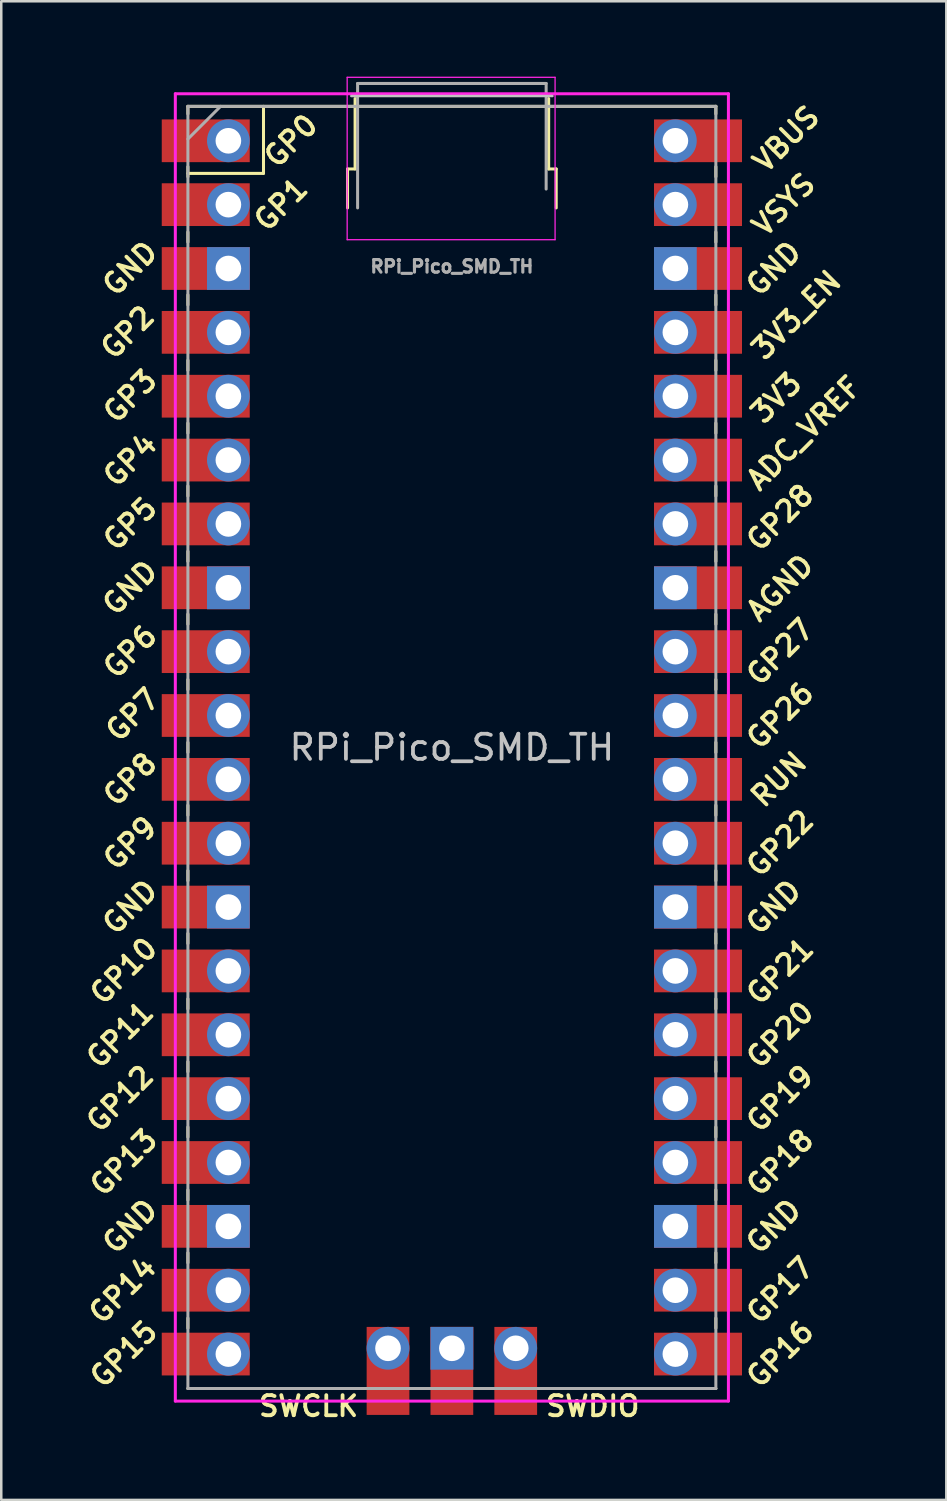
<source format=kicad_pcb>
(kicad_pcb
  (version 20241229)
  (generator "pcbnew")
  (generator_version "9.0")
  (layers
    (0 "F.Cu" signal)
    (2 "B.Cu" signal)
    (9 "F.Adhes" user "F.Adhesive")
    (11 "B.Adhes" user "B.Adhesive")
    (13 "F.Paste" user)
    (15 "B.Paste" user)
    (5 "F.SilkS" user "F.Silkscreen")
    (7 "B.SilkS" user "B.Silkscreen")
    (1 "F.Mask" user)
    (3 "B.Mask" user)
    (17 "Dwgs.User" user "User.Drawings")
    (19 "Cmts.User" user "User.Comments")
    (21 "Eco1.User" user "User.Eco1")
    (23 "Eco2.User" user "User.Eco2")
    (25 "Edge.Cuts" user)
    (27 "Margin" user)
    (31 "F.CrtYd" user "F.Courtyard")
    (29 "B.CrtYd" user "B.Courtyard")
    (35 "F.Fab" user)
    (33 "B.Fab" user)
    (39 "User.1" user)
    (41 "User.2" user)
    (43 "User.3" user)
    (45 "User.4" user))
  (footprint "RPi_Pico_SMD_TH"
    (layer "F.Cu")
    (at 14.924 26.68)
    (property "Reference" "RPi_Pico_SMD_TH" (at 0 0 0) (layer "Dwgs.User") (effects (font (size 1 1) (thickness 0.15))))
    (attr through_hole)
    (fp_line (start -10.5 -25.5) (end -10.5 -25.2) (stroke (width 0.12) (type solid)) (layer "F.SilkS"))
    (fp_line (start -10.5 -25.5) (end 10.5 -25.5) (stroke (width 0.12) (type solid)) (layer "F.SilkS"))
    (fp_line (start -10.5 -23.1) (end -10.5 -22.7) (stroke (width 0.12) (type solid)) (layer "F.SilkS"))
    (fp_line (start -10.5 -22.833) (end -7.493 -22.833) (stroke (width 0.12) (type solid)) (layer "F.SilkS"))
    (fp_line (start -10.5 -20.5) (end -10.5 -20.1) (stroke (width 0.12) (type solid)) (layer "F.SilkS"))
    (fp_line (start -10.5 -18) (end -10.5 -17.6) (stroke (width 0.12) (type solid)) (layer "F.SilkS"))
    (fp_line (start -10.5 -15.4) (end -10.5 -15) (stroke (width 0.12) (type solid)) (layer "F.SilkS"))
    (fp_line (start -10.5 -12.9) (end -10.5 -12.5) (stroke (width 0.12) (type solid)) (layer "F.SilkS"))
    (fp_line (start -10.5 -10.4) (end -10.5 -10) (stroke (width 0.12) (type solid)) (layer "F.SilkS"))
    (fp_line (start -10.5 -7.8) (end -10.5 -7.4) (stroke (width 0.12) (type solid)) (layer "F.SilkS"))
    (fp_line (start -10.5 -5.3) (end -10.5 -4.9) (stroke (width 0.12) (type solid)) (layer "F.SilkS"))
    (fp_line (start -10.5 -2.7) (end -10.5 -2.3) (stroke (width 0.12) (type solid)) (layer "F.SilkS"))
    (fp_line (start -10.5 -0.2) (end -10.5 0.2) (stroke (width 0.12) (type solid)) (layer "F.SilkS"))
    (fp_line (start -10.5 2.3) (end -10.5 2.7) (stroke (width 0.12) (type solid)) (layer "F.SilkS"))
    (fp_line (start -10.5 4.9) (end -10.5 5.3) (stroke (width 0.12) (type solid)) (layer "F.SilkS"))
    (fp_line (start -10.5 7.4) (end -10.5 7.8) (stroke (width 0.12) (type solid)) (layer "F.SilkS"))
    (fp_line (start -10.5 10) (end -10.5 10.4) (stroke (width 0.12) (type solid)) (layer "F.SilkS"))
    (fp_line (start -10.5 12.5) (end -10.5 12.9) (stroke (width 0.12) (type solid)) (layer "F.SilkS"))
    (fp_line (start -10.5 15.1) (end -10.5 15.5) (stroke (width 0.12) (type solid)) (layer "F.SilkS"))
    (fp_line (start -10.5 17.6) (end -10.5 18) (stroke (width 0.12) (type solid)) (layer "F.SilkS"))
    (fp_line (start -10.5 20.1) (end -10.5 20.5) (stroke (width 0.12) (type solid)) (layer "F.SilkS"))
    (fp_line (start -10.5 22.7) (end -10.5 23.1) (stroke (width 0.12) (type solid)) (layer "F.SilkS"))
    (fp_line (start -7.493 -22.833) (end -7.493 -25.5) (stroke (width 0.12) (type solid)) (layer "F.SilkS"))
    (fp_line (start -4.15 -23.01) (end -4.15 -21.46) (stroke (width 0.12) (type solid)) (layer "F.SilkS"))
    (fp_line (start -3.85 -25.81) (end -3.85 -23.01) (stroke (width 0.12) (type solid)) (layer "F.SilkS"))
    (fp_line (start -3.85 -23.01) (end -4.15 -23.01) (stroke (width 0.12) (type solid)) (layer "F.SilkS"))
    (fp_line (start -3.7 25.5) (end -10.5 25.5) (stroke (width 0.12) (type solid)) (layer "F.SilkS"))
    (fp_line (start -1.5 25.5) (end -1.1 25.5) (stroke (width 0.12) (type solid)) (layer "F.SilkS"))
    (fp_line (start 1.1 25.5) (end 1.5 25.5) (stroke (width 0.12) (type solid)) (layer "F.SilkS"))
    (fp_line (start 3.85 -25.81) (end 3.85 -23.01) (stroke (width 0.12) (type solid)) (layer "F.SilkS"))
    (fp_line (start 4.15 -23.01) (end 3.85 -23.01) (stroke (width 0.12) (type solid)) (layer "F.SilkS"))
    (fp_line (start 4.15 -23.01) (end 4.15 -21.46) (stroke (width 0.12) (type solid)) (layer "F.SilkS"))
    (fp_line (start 10.5 -25.5) (end 10.5 -25.2) (stroke (width 0.12) (type solid)) (layer "F.SilkS"))
    (fp_line (start 10.5 -23.1) (end 10.5 -22.7) (stroke (width 0.12) (type solid)) (layer "F.SilkS"))
    (fp_line (start 10.5 -20.5) (end 10.5 -20.1) (stroke (width 0.12) (type solid)) (layer "F.SilkS"))
    (fp_line (start 10.5 -18) (end 10.5 -17.6) (stroke (width 0.12) (type solid)) (layer "F.SilkS"))
    (fp_line (start 10.5 -15.4) (end 10.5 -15) (stroke (width 0.12) (type solid)) (layer "F.SilkS"))
    (fp_line (start 10.5 -12.9) (end 10.5 -12.5) (stroke (width 0.12) (type solid)) (layer "F.SilkS"))
    (fp_line (start 10.5 -10.4) (end 10.5 -10) (stroke (width 0.12) (type solid)) (layer "F.SilkS"))
    (fp_line (start 10.5 -7.8) (end 10.5 -7.4) (stroke (width 0.12) (type solid)) (layer "F.SilkS"))
    (fp_line (start 10.5 -5.3) (end 10.5 -4.9) (stroke (width 0.12) (type solid)) (layer "F.SilkS"))
    (fp_line (start 10.5 -2.7) (end 10.5 -2.3) (stroke (width 0.12) (type solid)) (layer "F.SilkS"))
    (fp_line (start 10.5 -0.2) (end 10.5 0.2) (stroke (width 0.12) (type solid)) (layer "F.SilkS"))
    (fp_line (start 10.5 2.3) (end 10.5 2.7) (stroke (width 0.12) (type solid)) (layer "F.SilkS"))
    (fp_line (start 10.5 4.9) (end 10.5 5.3) (stroke (width 0.12) (type solid)) (layer "F.SilkS"))
    (fp_line (start 10.5 7.4) (end 10.5 7.8) (stroke (width 0.12) (type solid)) (layer "F.SilkS"))
    (fp_line (start 10.5 10) (end 10.5 10.4) (stroke (width 0.12) (type solid)) (layer "F.SilkS"))
    (fp_line (start 10.5 12.5) (end 10.5 12.9) (stroke (width 0.12) (type solid)) (layer "F.SilkS"))
    (fp_line (start 10.5 15.1) (end 10.5 15.5) (stroke (width 0.12) (type solid)) (layer "F.SilkS"))
    (fp_line (start 10.5 17.6) (end 10.5 18) (stroke (width 0.12) (type solid)) (layer "F.SilkS"))
    (fp_line (start 10.5 20.1) (end 10.5 20.5) (stroke (width 0.12) (type solid)) (layer "F.SilkS"))
    (fp_line (start 10.5 22.7) (end 10.5 23.1) (stroke (width 0.12) (type solid)) (layer "F.SilkS"))
    (fp_line (start 10.5 25.5) (end 3.7 25.5) (stroke (width 0.12) (type solid)) (layer "F.SilkS"))
    (fp_line (start 4 -25.91) (end -4 -25.91) (stroke (width 0.1) (type solid)) (layer "Dwgs.User"))
    (fp_line (start -11 -26) (end 11 -26) (stroke (width 0.12) (type solid)) (layer "F.CrtYd"))
    (fp_line (start -11 26) (end -11 -26) (stroke (width 0.12) (type solid)) (layer "F.CrtYd"))
    (fp_line (start -4.165 -26.655) (end -4.165 -20.195) (stroke (width 0.05) (type solid)) (layer "F.CrtYd"))
    (fp_line (start -4.165 -26.655) (end 4.105 -26.655) (stroke (width 0.05) (type solid)) (layer "F.CrtYd"))
    (fp_line (start 4.105 -20.195) (end -4.165 -20.195) (stroke (width 0.05) (type solid)) (layer "F.CrtYd"))
    (fp_line (start 4.105 -20.195) (end 4.105 -26.655) (stroke (width 0.05) (type solid)) (layer "F.CrtYd"))
    (fp_line (start 11 -26) (end 11 26) (stroke (width 0.12) (type solid)) (layer "F.CrtYd"))
    (fp_line (start 11 26) (end -11 26) (stroke (width 0.12) (type solid)) (layer "F.CrtYd"))
    (fp_line (start -10.5 -25.5) (end 10.5 -25.5) (stroke (width 0.12) (type solid)) (layer "F.Fab"))
    (fp_line (start -10.5 -24.2) (end -9.2 -25.5) (stroke (width 0.12) (type solid)) (layer "F.Fab"))
    (fp_line (start -10.5 25.5) (end -10.5 -25.5) (stroke (width 0.12) (type solid)) (layer "F.Fab"))
    (fp_line (start -3.75 -26.41) (end 3.75 -26.41) (stroke (width 0.12) (type solid)) (layer "F.Fab"))
    (fp_line (start -3.75 -21.46) (end -3.75 -26.41) (stroke (width 0.12) (type solid)) (layer "F.Fab"))
    (fp_line (start 3.75 -26.41) (end 3.75 -22.21) (stroke (width 0.12) (type solid)) (layer "F.Fab"))
    (fp_line (start 10.5 -25.5) (end 10.5 25.5) (stroke (width 0.12) (type solid)) (layer "F.Fab"))
    (fp_line (start 10.5 25.5) (end -10.5 25.5) (stroke (width 0.12) (type solid)) (layer "F.Fab"))
    (fp_text user "GP21" (at 13.054 8.9 45) (layer "F.SilkS") (effects (font (size 0.8 0.8) (thickness 0.15))))
    (fp_text user "GP17" (at 13.054 21.59 45) (layer "F.SilkS") (effects (font (size 0.8 0.8) (thickness 0.15))))
    (fp_text user "GP27" (at 13.054 -3.8 45) (layer "F.SilkS") (effects (font (size 0.8 0.8) (thickness 0.15))))
    (fp_text user "AGND" (at 13.054 -6.35 45) (layer "F.SilkS") (effects (font (size 0.8 0.8) (thickness 0.15))))
    (fp_text user "GP4" (at -12.8 -11.43 45) (layer "F.SilkS") (effects (font (size 0.8 0.8) (thickness 0.15))))
    (fp_text user "GP11" (at -13.2 11.43 45) (layer "F.SilkS") (effects (font (size 0.8 0.8) (thickness 0.15))))
    (fp_text user "GND" (at -12.8 6.35 45) (layer "F.SilkS") (effects (font (size 0.8 0.8) (thickness 0.15))))
    (fp_text user "GND" (at -12.8 -19.05 45) (layer "F.SilkS") (effects (font (size 0.8 0.8) (thickness 0.15))))
    (fp_text user "GND" (at -12.8 -6.35 45) (layer "F.SilkS") (effects (font (size 0.8 0.8) (thickness 0.15))))
    (fp_text user "VBUS" (at 13.3 -24.2 45) (layer "F.SilkS") (effects (font (size 0.8 0.8) (thickness 0.15))))
    (fp_text user "GP12" (at -13.2 13.97 45) (layer "F.SilkS") (effects (font (size 0.8 0.8) (thickness 0.15))))
    (fp_text user "GP0" (at -6.4 -24.13 45) (layer "F.SilkS") (effects (font (size 0.8 0.8) (thickness 0.15))))
    (fp_text user "GP28" (at 13.054 -9.144 45) (layer "F.SilkS") (effects (font (size 0.8 0.8) (thickness 0.15))))
    (fp_text user "GND" (at 12.8 19.05 45) (layer "F.SilkS") (effects (font (size 0.8 0.8) (thickness 0.15))))
    (fp_text user "GP1" (at -6.8 -21.6 45) (layer "F.SilkS") (effects (font (size 0.8 0.8) (thickness 0.15))))
    (fp_text user "RUN" (at 13 1.27 45) (layer "F.SilkS") (effects (font (size 0.8 0.8) (thickness 0.15))))
    (fp_text user "GP15" (at -13.054 24.13 45) (layer "F.SilkS") (effects (font (size 0.8 0.8) (thickness 0.15))))
    (fp_text user "SWCLK" (at -5.7 26.2 0) (layer "F.SilkS") (effects (font (size 0.8 0.8) (thickness 0.15))))
    (fp_text user "GND" (at -12.8 19.05 45) (layer "F.SilkS") (effects (font (size 0.8 0.8) (thickness 0.15))))
    (fp_text user "GP7" (at -12.7 -1.3 45) (layer "F.SilkS") (effects (font (size 0.8 0.8) (thickness 0.15))))
    (fp_text user "3V3" (at 12.9 -13.9 45) (layer "F.SilkS") (effects (font (size 0.8 0.8) (thickness 0.15))))
    (fp_text user "GP16" (at 13.054 24.13 45) (layer "F.SilkS") (effects (font (size 0.8 0.8) (thickness 0.15))))
    (fp_text user "GP20" (at 13.054 11.43 45) (layer "F.SilkS") (effects (font (size 0.8 0.8) (thickness 0.15))))
    (fp_text user "GP2" (at -12.9 -16.51 45) (layer "F.SilkS") (effects (font (size 0.8 0.8) (thickness 0.15))))
    (fp_text user "GP3" (at -12.8 -13.97 45) (layer "F.SilkS") (effects (font (size 0.8 0.8) (thickness 0.15))))
    (fp_text user "GP26" (at 13.054 -1.27 45) (layer "F.SilkS") (effects (font (size 0.8 0.8) (thickness 0.15))))
    (fp_text user "GND" (at 12.8 -19.05 45) (layer "F.SilkS") (effects (font (size 0.8 0.8) (thickness 0.15))))
    (fp_text user "GP10" (at -13.054 8.89 45) (layer "F.SilkS") (effects (font (size 0.8 0.8) (thickness 0.15))))
    (fp_text user "GP6" (at -12.8 -3.81 45) (layer "F.SilkS") (effects (font (size 0.8 0.8) (thickness 0.15))))
    (fp_text user "GP5" (at -12.8 -8.89 45) (layer "F.SilkS") (effects (font (size 0.8 0.8) (thickness 0.15))))
    (fp_text user "VSYS" (at 13.2 -21.59 45) (layer "F.SilkS") (effects (font (size 0.8 0.8) (thickness 0.15))))
    (fp_text user "GP8" (at -12.8 1.27 45) (layer "F.SilkS") (effects (font (size 0.8 0.8) (thickness 0.15))))
    (fp_text user "GP22" (at 13.054 3.81 45) (layer "F.SilkS") (effects (font (size 0.8 0.8) (thickness 0.15))))
    (fp_text user "GP18" (at 13.054 16.51 45) (layer "F.SilkS") (effects (font (size 0.8 0.8) (thickness 0.15))))
    (fp_text user "3V3_EN" (at 13.7 -17.2 45) (layer "F.SilkS") (effects (font (size 0.8 0.8) (thickness 0.15))))
    (fp_text user "GP19" (at 13.054 13.97 45) (layer "F.SilkS") (effects (font (size 0.8 0.8) (thickness 0.15))))
    (fp_text user "GP9" (at -12.8 3.81 45) (layer "F.SilkS") (effects (font (size 0.8 0.8) (thickness 0.15))))
    (fp_text user "SWDIO" (at 5.6 26.2 0) (layer "F.SilkS") (effects (font (size 0.8 0.8) (thickness 0.15))))
    (fp_text user "GND" (at 12.8 6.35 45) (layer "F.SilkS") (effects (font (size 0.8 0.8) (thickness 0.15))))
    (fp_text user "GP14" (at -13.1 21.59 45) (layer "F.SilkS") (effects (font (size 0.8 0.8) (thickness 0.15))))
    (fp_text user "ADC_VREF" (at 14 -12.5 45) (layer "F.SilkS") (effects (font (size 0.8 0.8) (thickness 0.15))))
    (fp_text user "GP13" (at -13.054 16.51 45) (layer "F.SilkS") (effects (font (size 0.8 0.8) (thickness 0.15))))
    (fp_text user "${REFERENCE}" (at 0 -19.13 180) (layer "F.Fab") (effects (font (size 0.5 0.5) (thickness 0.125))))
    (pad "1" thru_hole oval (at -8.89 -24.13) (size 1.7 1.7) (drill 1.02) (layers "*.Cu" "*.Mask"))
    (pad "1" smd rect (at -8.89 -24.13) (size 3.5 1.7) (drill (offset -0.9 0)) (layers "F.Cu" "F.Mask"))
    (pad "2" thru_hole oval (at -8.89 -21.59) (size 1.7 1.7) (drill 1.02) (layers "*.Cu" "*.Mask"))
    (pad "2" smd rect (at -8.89 -21.59) (size 3.5 1.7) (drill (offset -0.9 0)) (layers "F.Cu" "F.Mask"))
    (pad "3" thru_hole rect (at -8.89 -19.05) (size 1.7 1.7) (drill 1.02) (layers "*.Cu" "*.Mask"))
    (pad "3" smd rect (at -8.89 -19.05) (size 3.5 1.7) (drill (offset -0.9 0)) (layers "F.Cu" "F.Mask"))
    (pad "4" thru_hole oval (at -8.89 -16.51) (size 1.7 1.7) (drill 1.02) (layers "*.Cu" "*.Mask"))
    (pad "4" smd rect (at -8.89 -16.51) (size 3.5 1.7) (drill (offset -0.9 0)) (layers "F.Cu" "F.Mask"))
    (pad "5" thru_hole oval (at -8.89 -13.97) (size 1.7 1.7) (drill 1.02) (layers "*.Cu" "*.Mask"))
    (pad "5" smd rect (at -8.89 -13.97) (size 3.5 1.7) (drill (offset -0.9 0)) (layers "F.Cu" "F.Mask"))
    (pad "6" thru_hole oval (at -8.89 -11.43) (size 1.7 1.7) (drill 1.02) (layers "*.Cu" "*.Mask"))
    (pad "6" smd rect (at -8.89 -11.43) (size 3.5 1.7) (drill (offset -0.9 0)) (layers "F.Cu" "F.Mask"))
    (pad "7" thru_hole oval (at -8.89 -8.89) (size 1.7 1.7) (drill 1.02) (layers "*.Cu" "*.Mask"))
    (pad "7" smd rect (at -8.89 -8.89) (size 3.5 1.7) (drill (offset -0.9 0)) (layers "F.Cu" "F.Mask"))
    (pad "8" thru_hole rect (at -8.89 -6.35) (size 1.7 1.7) (drill 1.02) (layers "*.Cu" "*.Mask"))
    (pad "8" smd rect (at -8.89 -6.35) (size 3.5 1.7) (drill (offset -0.9 0)) (layers "F.Cu" "F.Mask"))
    (pad "9" thru_hole oval (at -8.89 -3.81) (size 1.7 1.7) (drill 1.02) (layers "*.Cu" "*.Mask"))
    (pad "9" smd rect (at -8.89 -3.81) (size 3.5 1.7) (drill (offset -0.9 0)) (layers "F.Cu" "F.Mask"))
    (pad "10" thru_hole oval (at -8.89 -1.27) (size 1.7 1.7) (drill 1.02) (layers "*.Cu" "*.Mask"))
    (pad "10" smd rect (at -8.89 -1.27) (size 3.5 1.7) (drill (offset -0.9 0)) (layers "F.Cu" "F.Mask"))
    (pad "11" thru_hole oval (at -8.89 1.27) (size 1.7 1.7) (drill 1.02) (layers "*.Cu" "*.Mask"))
    (pad "11" smd rect (at -8.89 1.27) (size 3.5 1.7) (drill (offset -0.9 0)) (layers "F.Cu" "F.Mask"))
    (pad "12" thru_hole oval (at -8.89 3.81) (size 1.7 1.7) (drill 1.02) (layers "*.Cu" "*.Mask"))
    (pad "12" smd rect (at -8.89 3.81) (size 3.5 1.7) (drill (offset -0.9 0)) (layers "F.Cu" "F.Mask"))
    (pad "13" thru_hole rect (at -8.89 6.35) (size 1.7 1.7) (drill 1.02) (layers "*.Cu" "*.Mask"))
    (pad "13" smd rect (at -8.89 6.35) (size 3.5 1.7) (drill (offset -0.9 0)) (layers "F.Cu" "F.Mask"))
    (pad "14" thru_hole oval (at -8.89 8.89) (size 1.7 1.7) (drill 1.02) (layers "*.Cu" "*.Mask"))
    (pad "14" smd rect (at -8.89 8.89) (size 3.5 1.7) (drill (offset -0.9 0)) (layers "F.Cu" "F.Mask"))
    (pad "15" thru_hole oval (at -8.89 11.43) (size 1.7 1.7) (drill 1.02) (layers "*.Cu" "*.Mask"))
    (pad "15" smd rect (at -8.89 11.43) (size 3.5 1.7) (drill (offset -0.9 0)) (layers "F.Cu" "F.Mask"))
    (pad "16" thru_hole oval (at -8.89 13.97) (size 1.7 1.7) (drill 1.02) (layers "*.Cu" "*.Mask"))
    (pad "16" smd rect (at -8.89 13.97) (size 3.5 1.7) (drill (offset -0.9 0)) (layers "F.Cu" "F.Mask"))
    (pad "17" thru_hole oval (at -8.89 16.51) (size 1.7 1.7) (drill 1.02) (layers "*.Cu" "*.Mask"))
    (pad "17" smd rect (at -8.89 16.51) (size 3.5 1.7) (drill (offset -0.9 0)) (layers "F.Cu" "F.Mask"))
    (pad "18" thru_hole rect (at -8.89 19.05) (size 1.7 1.7) (drill 1.02) (layers "*.Cu" "*.Mask"))
    (pad "18" smd rect (at -8.89 19.05) (size 3.5 1.7) (drill (offset -0.9 0)) (layers "F.Cu" "F.Mask"))
    (pad "19" thru_hole oval (at -8.89 21.59) (size 1.7 1.7) (drill 1.02) (layers "*.Cu" "*.Mask"))
    (pad "19" smd rect (at -8.89 21.59) (size 3.5 1.7) (drill (offset -0.9 0)) (layers "F.Cu" "F.Mask"))
    (pad "20" thru_hole oval (at -8.89 24.13) (size 1.7 1.7) (drill 1.02) (layers "*.Cu" "*.Mask"))
    (pad "20" smd rect (at -8.89 24.13) (size 3.5 1.7) (drill (offset -0.9 0)) (layers "F.Cu" "F.Mask"))
    (pad "21" thru_hole oval (at 8.89 24.13) (size 1.7 1.7) (drill 1.02) (layers "*.Cu" "*.Mask"))
    (pad "21" smd rect (at 8.89 24.13) (size 3.5 1.7) (drill (offset 0.9 0)) (layers "F.Cu" "F.Mask"))
    (pad "22" thru_hole oval (at 8.89 21.59) (size 1.7 1.7) (drill 1.02) (layers "*.Cu" "*.Mask"))
    (pad "22" smd rect (at 8.89 21.59) (size 3.5 1.7) (drill (offset 0.9 0)) (layers "F.Cu" "F.Mask"))
    (pad "23" thru_hole rect (at 8.89 19.05) (size 1.7 1.7) (drill 1.02) (layers "*.Cu" "*.Mask"))
    (pad "23" smd rect (at 8.89 19.05) (size 3.5 1.7) (drill (offset 0.9 0)) (layers "F.Cu" "F.Mask"))
    (pad "24" thru_hole oval (at 8.89 16.51) (size 1.7 1.7) (drill 1.02) (layers "*.Cu" "*.Mask"))
    (pad "24" smd rect (at 8.89 16.51) (size 3.5 1.7) (drill (offset 0.9 0)) (layers "F.Cu" "F.Mask"))
    (pad "25" thru_hole oval (at 8.89 13.97) (size 1.7 1.7) (drill 1.02) (layers "*.Cu" "*.Mask"))
    (pad "25" smd rect (at 8.89 13.97) (size 3.5 1.7) (drill (offset 0.9 0)) (layers "F.Cu" "F.Mask"))
    (pad "26" thru_hole oval (at 8.89 11.43) (size 1.7 1.7) (drill 1.02) (layers "*.Cu" "*.Mask"))
    (pad "26" smd rect (at 8.89 11.43) (size 3.5 1.7) (drill (offset 0.9 0)) (layers "F.Cu" "F.Mask"))
    (pad "27" thru_hole oval (at 8.89 8.89) (size 1.7 1.7) (drill 1.02) (layers "*.Cu" "*.Mask"))
    (pad "27" smd rect (at 8.89 8.89) (size 3.5 1.7) (drill (offset 0.9 0)) (layers "F.Cu" "F.Mask"))
    (pad "28" thru_hole rect (at 8.89 6.35) (size 1.7 1.7) (drill 1.02) (layers "*.Cu" "*.Mask"))
    (pad "28" smd rect (at 8.89 6.35) (size 3.5 1.7) (drill (offset 0.9 0)) (layers "F.Cu" "F.Mask"))
    (pad "29" thru_hole oval (at 8.89 3.81) (size 1.7 1.7) (drill 1.02) (layers "*.Cu" "*.Mask"))
    (pad "29" smd rect (at 8.89 3.81) (size 3.5 1.7) (drill (offset 0.9 0)) (layers "F.Cu" "F.Mask"))
    (pad "30" thru_hole oval (at 8.89 1.27) (size 1.7 1.7) (drill 1.02) (layers "*.Cu" "*.Mask"))
    (pad "30" smd rect (at 8.89 1.27) (size 3.5 1.7) (drill (offset 0.9 0)) (layers "F.Cu" "F.Mask"))
    (pad "31" thru_hole oval (at 8.89 -1.27) (size 1.7 1.7) (drill 1.02) (layers "*.Cu" "*.Mask"))
    (pad "31" smd rect (at 8.89 -1.27) (size 3.5 1.7) (drill (offset 0.9 0)) (layers "F.Cu" "F.Mask"))
    (pad "32" thru_hole oval (at 8.89 -3.81) (size 1.7 1.7) (drill 1.02) (layers "*.Cu" "*.Mask"))
    (pad "32" smd rect (at 8.89 -3.81) (size 3.5 1.7) (drill (offset 0.9 0)) (layers "F.Cu" "F.Mask"))
    (pad "33" thru_hole rect (at 8.89 -6.35) (size 1.7 1.7) (drill 1.02) (layers "*.Cu" "*.Mask"))
    (pad "33" smd rect (at 8.89 -6.35) (size 3.5 1.7) (drill (offset 0.9 0)) (layers "F.Cu" "F.Mask"))
    (pad "34" thru_hole oval (at 8.89 -8.89) (size 1.7 1.7) (drill 1.02) (layers "*.Cu" "*.Mask"))
    (pad "34" smd rect (at 8.89 -8.89) (size 3.5 1.7) (drill (offset 0.9 0)) (layers "F.Cu" "F.Mask"))
    (pad "35" thru_hole oval (at 8.89 -11.43) (size 1.7 1.7) (drill 1.02) (layers "*.Cu" "*.Mask"))
    (pad "35" smd rect (at 8.89 -11.43) (size 3.5 1.7) (drill (offset 0.9 0)) (layers "F.Cu" "F.Mask"))
    (pad "36" thru_hole oval (at 8.89 -13.97) (size 1.7 1.7) (drill 1.02) (layers "*.Cu" "*.Mask"))
    (pad "36" smd rect (at 8.89 -13.97) (size 3.5 1.7) (drill (offset 0.9 0)) (layers "F.Cu" "F.Mask"))
    (pad "37" thru_hole oval (at 8.89 -16.51) (size 1.7 1.7) (drill 1.02) (layers "*.Cu" "*.Mask"))
    (pad "37" smd rect (at 8.89 -16.51) (size 3.5 1.7) (drill (offset 0.9 0)) (layers "F.Cu" "F.Mask"))
    (pad "38" thru_hole rect (at 8.89 -19.05) (size 1.7 1.7) (drill 1.02) (layers "*.Cu" "*.Mask"))
    (pad "38" smd rect (at 8.89 -19.05) (size 3.5 1.7) (drill (offset 0.9 0)) (layers "F.Cu" "F.Mask"))
    (pad "39" thru_hole oval (at 8.89 -21.59) (size 1.7 1.7) (drill 1.02) (layers "*.Cu" "*.Mask"))
    (pad "39" smd rect (at 8.89 -21.59) (size 3.5 1.7) (drill (offset 0.9 0)) (layers "F.Cu" "F.Mask"))
    (pad "40" thru_hole oval (at 8.89 -24.13) (size 1.7 1.7) (drill 1.02) (layers "*.Cu" "*.Mask"))
    (pad "40" smd rect (at 8.89 -24.13) (size 3.5 1.7) (drill (offset 0.9 0)) (layers "F.Cu" "F.Mask"))
    (pad "41" thru_hole oval (at -2.54 23.9) (size 1.7 1.7) (drill 1.02) (layers "*.Cu" "*.Mask"))
    (pad "41" smd rect (at -2.54 23.9 90) (size 3.5 1.7) (drill (offset -0.9 0)) (layers "F.Cu" "F.Mask"))
    (pad "42" thru_hole rect (at 0 23.9) (size 1.7 1.7) (drill 1.02) (layers "*.Cu" "*.Mask"))
    (pad "42" smd rect (at 0 23.9 90) (size 3.5 1.7) (drill (offset -0.9 0)) (layers "F.Cu" "F.Mask"))
    (pad "43" thru_hole oval (at 2.54 23.9) (size 1.7 1.7) (drill 1.02) (layers "*.Cu" "*.Mask"))
    (pad "43" smd rect (at 2.54 23.9 90) (size 3.5 1.7) (drill (offset -0.9 0)) (layers "F.Cu" "F.Mask")))
  (gr_rect
    (start -3 -3)
    (end 34.591 56.611)
    (stroke (width 0.1) (type default))
    (fill no)
    (layer "Edge.Cuts")))
</source>
